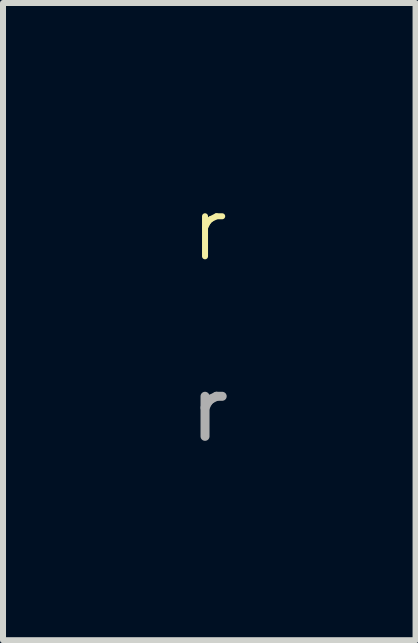
<source format=kicad_pcb>
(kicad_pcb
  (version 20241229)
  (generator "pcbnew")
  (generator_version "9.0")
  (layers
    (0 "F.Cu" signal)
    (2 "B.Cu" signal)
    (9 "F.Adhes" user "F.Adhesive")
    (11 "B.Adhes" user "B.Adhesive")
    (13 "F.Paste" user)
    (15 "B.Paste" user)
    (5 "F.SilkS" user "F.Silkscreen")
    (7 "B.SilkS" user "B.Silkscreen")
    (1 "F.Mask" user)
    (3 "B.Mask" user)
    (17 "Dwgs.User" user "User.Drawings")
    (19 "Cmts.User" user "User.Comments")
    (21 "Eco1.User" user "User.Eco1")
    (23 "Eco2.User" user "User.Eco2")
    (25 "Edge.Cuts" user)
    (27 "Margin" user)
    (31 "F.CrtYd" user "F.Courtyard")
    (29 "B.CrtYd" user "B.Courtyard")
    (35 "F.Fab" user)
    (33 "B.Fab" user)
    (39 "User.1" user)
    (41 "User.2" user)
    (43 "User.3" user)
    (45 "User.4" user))
  (footprint "r"
    (layer "F.Cu")
    (at 0.435 1.26)
    (property "Reference" "r" (at 0 -0.5 0) (unlocked yes) (layer "F.SilkS") (effects (font (size 1 1) (thickness 0.1))))
    (attr smd)
    (fp_text user "${REFERENCE}" (at 0 2.5 0) (unlocked yes) (layer "F.Fab") (effects (font (size 1 1) (thickness 0.15)))))
  (gr_rect
    (start -3 -3)
    (end 3.869 7.609)
    (stroke (width 0.1) (type default))
    (fill no)
    (layer "Edge.Cuts")))
</source>
